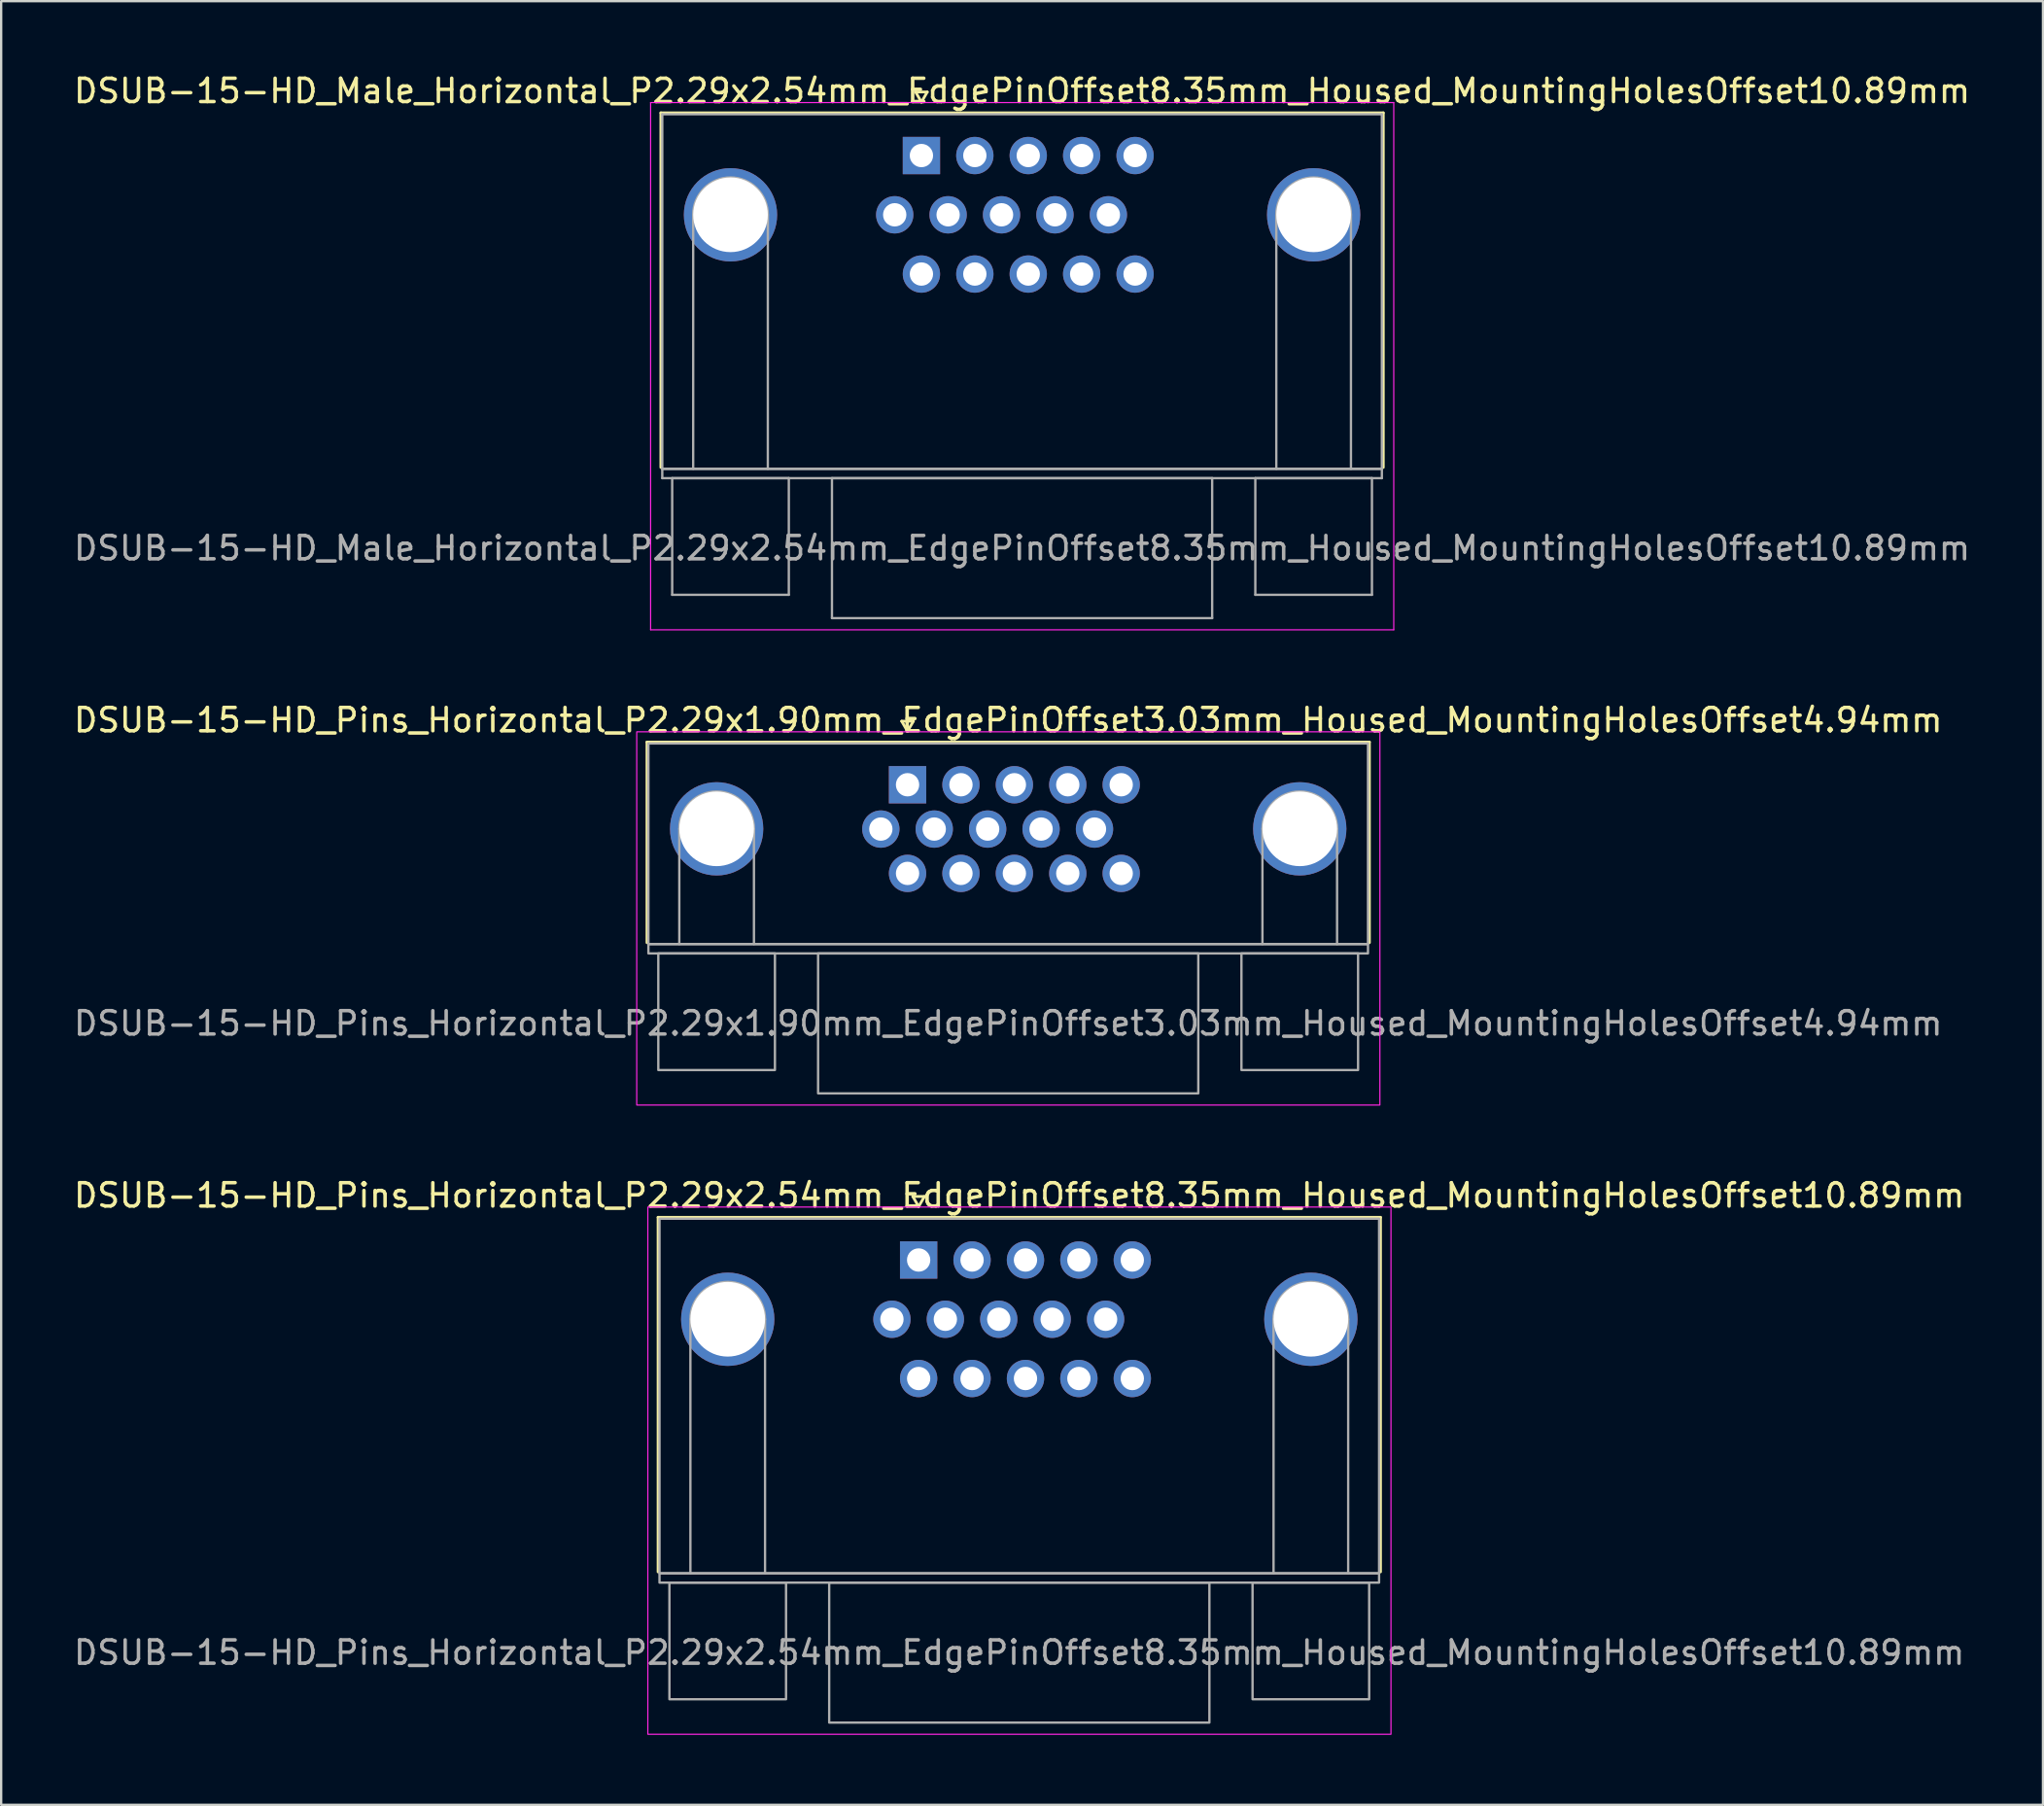
<source format=kicad_pcb>
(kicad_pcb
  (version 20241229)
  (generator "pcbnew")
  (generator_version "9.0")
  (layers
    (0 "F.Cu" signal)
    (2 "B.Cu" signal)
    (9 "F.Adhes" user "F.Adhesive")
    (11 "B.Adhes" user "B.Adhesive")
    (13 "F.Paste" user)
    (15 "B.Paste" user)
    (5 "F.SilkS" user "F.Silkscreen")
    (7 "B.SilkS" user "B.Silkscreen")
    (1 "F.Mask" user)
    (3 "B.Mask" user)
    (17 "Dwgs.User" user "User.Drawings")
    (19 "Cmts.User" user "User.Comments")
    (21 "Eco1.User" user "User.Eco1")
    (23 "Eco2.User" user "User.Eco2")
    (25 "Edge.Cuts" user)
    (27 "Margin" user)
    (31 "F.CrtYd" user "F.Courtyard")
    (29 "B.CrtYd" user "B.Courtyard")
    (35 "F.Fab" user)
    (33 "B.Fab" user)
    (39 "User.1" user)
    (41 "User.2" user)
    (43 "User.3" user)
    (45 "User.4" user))
  (footprint "DSUB-15-HD_Male_Horizontal_P2.29x2.54mm_EdgePinOffset8.35mm_Housed_MountingHolesOffset10.89mm"
    (layer "F.Cu")
    (at 36.453 3.618)
    (property "Reference" "DSUB-15-HD_Male_Horizontal_P2.29x2.54mm_EdgePinOffset8.35mm_Housed_MountingHolesOffset10.89mm" (at 4.315 -2.77 0) (layer "F.SilkS") (effects (font (size 1 1) (thickness 0.15))))
    (attr through_hole)
    (fp_line (start -11.17 -1.83) (end 19.8 -1.83) (stroke (width 0.12) (type solid)) (layer "F.SilkS"))
    (fp_line (start -11.17 13.37) (end -11.17 -1.83) (stroke (width 0.12) (type solid)) (layer "F.SilkS"))
    (fp_line (start -0.25 -2.724) (end 0.25 -2.724) (stroke (width 0.12) (type solid)) (layer "F.SilkS"))
    (fp_line (start 0 -2.291) (end -0.25 -2.724) (stroke (width 0.12) (type solid)) (layer "F.SilkS"))
    (fp_line (start 0.25 -2.724) (end 0 -2.291) (stroke (width 0.12) (type solid)) (layer "F.SilkS"))
    (fp_line (start 19.8 -1.83) (end 19.8 13.37) (stroke (width 0.12) (type solid)) (layer "F.SilkS"))
    (fp_line (start -11.61 -2.27) (end -11.61 20.33) (stroke (width 0.05) (type solid)) (layer "F.CrtYd"))
    (fp_line (start -11.61 20.33) (end 20.25 20.33) (stroke (width 0.05) (type solid)) (layer "F.CrtYd"))
    (fp_line (start 20.25 -2.27) (end -11.61 -2.27) (stroke (width 0.05) (type solid)) (layer "F.CrtYd"))
    (fp_line (start 20.25 20.33) (end 20.25 -2.27) (stroke (width 0.05) (type solid)) (layer "F.CrtYd"))
    (fp_line (start -11.11 -1.77) (end -11.11 13.43) (stroke (width 0.1) (type solid)) (layer "F.Fab"))
    (fp_line (start -11.11 13.43) (end -11.11 13.83) (stroke (width 0.1) (type solid)) (layer "F.Fab"))
    (fp_line (start -11.11 13.43) (end 19.74 13.43) (stroke (width 0.1) (type solid)) (layer "F.Fab"))
    (fp_line (start -11.11 13.83) (end 19.74 13.83) (stroke (width 0.1) (type solid)) (layer "F.Fab"))
    (fp_line (start -10.685 13.83) (end -10.685 18.83) (stroke (width 0.1) (type solid)) (layer "F.Fab"))
    (fp_line (start -10.685 18.83) (end -5.685 18.83) (stroke (width 0.1) (type solid)) (layer "F.Fab"))
    (fp_line (start -9.785 13.43) (end -9.785 2.54) (stroke (width 0.1) (type solid)) (layer "F.Fab"))
    (fp_line (start -6.585 13.43) (end -6.585 2.54) (stroke (width 0.1) (type solid)) (layer "F.Fab"))
    (fp_line (start -5.685 13.83) (end -10.685 13.83) (stroke (width 0.1) (type solid)) (layer "F.Fab"))
    (fp_line (start -5.685 18.83) (end -5.685 13.83) (stroke (width 0.1) (type solid)) (layer "F.Fab"))
    (fp_line (start -3.835 13.83) (end -3.835 19.83) (stroke (width 0.1) (type solid)) (layer "F.Fab"))
    (fp_line (start -3.835 19.83) (end 12.465 19.83) (stroke (width 0.1) (type solid)) (layer "F.Fab"))
    (fp_line (start 12.465 13.83) (end -3.835 13.83) (stroke (width 0.1) (type solid)) (layer "F.Fab"))
    (fp_line (start 12.465 19.83) (end 12.465 13.83) (stroke (width 0.1) (type solid)) (layer "F.Fab"))
    (fp_line (start 14.315 13.83) (end 14.315 18.83) (stroke (width 0.1) (type solid)) (layer "F.Fab"))
    (fp_line (start 14.315 18.83) (end 19.315 18.83) (stroke (width 0.1) (type solid)) (layer "F.Fab"))
    (fp_line (start 15.215 13.43) (end 15.215 2.54) (stroke (width 0.1) (type solid)) (layer "F.Fab"))
    (fp_line (start 18.415 13.43) (end 18.415 2.54) (stroke (width 0.1) (type solid)) (layer "F.Fab"))
    (fp_line (start 19.315 13.83) (end 14.315 13.83) (stroke (width 0.1) (type solid)) (layer "F.Fab"))
    (fp_line (start 19.315 18.83) (end 19.315 13.83) (stroke (width 0.1) (type solid)) (layer "F.Fab"))
    (fp_line (start 19.74 -1.77) (end -11.11 -1.77) (stroke (width 0.1) (type solid)) (layer "F.Fab"))
    (fp_line (start 19.74 13.43) (end -11.11 13.43) (stroke (width 0.1) (type solid)) (layer "F.Fab"))
    (fp_line (start 19.74 13.43) (end 19.74 -1.77) (stroke (width 0.1) (type solid)) (layer "F.Fab"))
    (fp_line (start 19.74 13.83) (end 19.74 13.43) (stroke (width 0.1) (type solid)) (layer "F.Fab"))
    (fp_arc (start -9.785 2.54) (mid -8.185 0.94) (end -6.585 2.54) (stroke (width 0.1) (type solid)) (layer "F.Fab"))
    (fp_arc (start 15.215 2.54) (mid 16.815 0.94) (end 18.415 2.54) (stroke (width 0.1) (type solid)) (layer "F.Fab"))
    (fp_text user "${REFERENCE}" (at 4.315 16.83 0) (layer "F.Fab") (effects (font (size 1 1) (thickness 0.15))))
    (pad "0" thru_hole circle (at -8.185 2.54) (size 4 4) (drill 3.2) (layers "*.Cu" "*.Mask"))
    (pad "0" thru_hole circle (at 16.815 2.54) (size 4 4) (drill 3.2) (layers "*.Cu" "*.Mask"))
    (pad "1" thru_hole rect (at 0 0) (size 1.6 1.6) (drill 1) (layers "*.Cu" "*.Mask"))
    (pad "2" thru_hole circle (at 2.29 0) (size 1.6 1.6) (drill 1) (layers "*.Cu" "*.Mask"))
    (pad "3" thru_hole circle (at 4.58 0) (size 1.6 1.6) (drill 1) (layers "*.Cu" "*.Mask"))
    (pad "4" thru_hole circle (at 6.87 0) (size 1.6 1.6) (drill 1) (layers "*.Cu" "*.Mask"))
    (pad "5" thru_hole circle (at 9.16 0) (size 1.6 1.6) (drill 1) (layers "*.Cu" "*.Mask"))
    (pad "6" thru_hole circle (at -1.145 2.54) (size 1.6 1.6) (drill 1) (layers "*.Cu" "*.Mask"))
    (pad "7" thru_hole circle (at 1.145 2.54) (size 1.6 1.6) (drill 1) (layers "*.Cu" "*.Mask"))
    (pad "8" thru_hole circle (at 3.435 2.54) (size 1.6 1.6) (drill 1) (layers "*.Cu" "*.Mask"))
    (pad "9" thru_hole circle (at 5.725 2.54) (size 1.6 1.6) (drill 1) (layers "*.Cu" "*.Mask"))
    (pad "10" thru_hole circle (at 8.015 2.54) (size 1.6 1.6) (drill 1) (layers "*.Cu" "*.Mask"))
    (pad "11" thru_hole circle (at 0 5.08) (size 1.6 1.6) (drill 1) (layers "*.Cu" "*.Mask"))
    (pad "12" thru_hole circle (at 2.29 5.08) (size 1.6 1.6) (drill 1) (layers "*.Cu" "*.Mask"))
    (pad "13" thru_hole circle (at 4.58 5.08) (size 1.6 1.6) (drill 1) (layers "*.Cu" "*.Mask"))
    (pad "14" thru_hole circle (at 6.87 5.08) (size 1.6 1.6) (drill 1) (layers "*.Cu" "*.Mask"))
    (pad "15" thru_hole circle (at 9.16 5.08) (size 1.6 1.6) (drill 1) (layers "*.Cu" "*.Mask")))
  (footprint "DSUB-15-HD_Pins_Horizontal_P2.29x2.54mm_EdgePinOffset8.35mm_Housed_MountingHolesOffset10.89mm"
    (layer "F.Cu")
    (at 36.334 50.965)
    (property "Reference" "DSUB-15-HD_Pins_Horizontal_P2.29x2.54mm_EdgePinOffset8.35mm_Housed_MountingHolesOffset10.89mm" (at 4.315 -2.77 0) (layer "F.SilkS") (effects (font (size 1 1) (thickness 0.15))))
    (attr through_hole)
    (fp_line (start -11.17 -1.83) (end 19.8 -1.83) (stroke (width 0.12) (type solid)) (layer "F.SilkS"))
    (fp_line (start -11.17 13.37) (end -11.17 -1.83) (stroke (width 0.12) (type solid)) (layer "F.SilkS"))
    (fp_line (start -0.25 -2.724) (end 0.25 -2.724) (stroke (width 0.12) (type solid)) (layer "F.SilkS"))
    (fp_line (start 0 -2.291) (end -0.25 -2.724) (stroke (width 0.12) (type solid)) (layer "F.SilkS"))
    (fp_line (start 0.25 -2.724) (end 0 -2.291) (stroke (width 0.12) (type solid)) (layer "F.SilkS"))
    (fp_line (start 19.8 -1.83) (end 19.8 13.37) (stroke (width 0.12) (type solid)) (layer "F.SilkS"))
    (fp_rect (start -11.61 -2.27) (end 20.25 20.33) (stroke (width 0.05) (type solid)) (fill no) (layer "F.CrtYd"))
    (fp_line (start -9.785 13.43) (end -9.785 2.54) (stroke (width 0.1) (type solid)) (layer "F.Fab"))
    (fp_line (start -6.585 13.43) (end -6.585 2.54) (stroke (width 0.1) (type solid)) (layer "F.Fab"))
    (fp_line (start 15.215 13.43) (end 15.215 2.54) (stroke (width 0.1) (type solid)) (layer "F.Fab"))
    (fp_line (start 18.415 13.43) (end 18.415 2.54) (stroke (width 0.1) (type solid)) (layer "F.Fab"))
    (fp_rect (start -11.11 -1.77) (end 19.74 13.43) (stroke (width 0.1) (type solid)) (fill no) (layer "F.Fab"))
    (fp_rect (start -11.11 13.43) (end 19.74 13.83) (stroke (width 0.1) (type solid)) (fill no) (layer "F.Fab"))
    (fp_rect (start -10.685 13.83) (end -5.685 18.83) (stroke (width 0.1) (type solid)) (fill no) (layer "F.Fab"))
    (fp_rect (start -3.835 13.83) (end 12.465 19.83) (stroke (width 0.1) (type solid)) (fill no) (layer "F.Fab"))
    (fp_rect (start 14.315 13.83) (end 19.315 18.83) (stroke (width 0.1) (type solid)) (fill no) (layer "F.Fab"))
    (fp_arc (start -9.785 2.54) (mid -8.185 0.94) (end -6.585 2.54) (stroke (width 0.1) (type solid)) (layer "F.Fab"))
    (fp_arc (start 15.215 2.54) (mid 16.815 0.94) (end 18.415 2.54) (stroke (width 0.1) (type solid)) (layer "F.Fab"))
    (fp_text user "${REFERENCE}" (at 4.315 16.83 0) (layer "F.Fab") (effects (font (size 1 1) (thickness 0.15))))
    (pad "1" thru_hole rect (at 0 0) (size 1.6 1.6) (drill 1) (layers "*.Cu" "*.Mask"))
    (pad "2" thru_hole circle (at 2.29 0) (size 1.6 1.6) (drill 1) (layers "*.Cu" "*.Mask"))
    (pad "3" thru_hole circle (at 4.58 0) (size 1.6 1.6) (drill 1) (layers "*.Cu" "*.Mask"))
    (pad "4" thru_hole circle (at 6.87 0) (size 1.6 1.6) (drill 1) (layers "*.Cu" "*.Mask"))
    (pad "5" thru_hole circle (at 9.16 0) (size 1.6 1.6) (drill 1) (layers "*.Cu" "*.Mask"))
    (pad "6" thru_hole circle (at -1.145 2.54) (size 1.6 1.6) (drill 1) (layers "*.Cu" "*.Mask"))
    (pad "7" thru_hole circle (at 1.145 2.54) (size 1.6 1.6) (drill 1) (layers "*.Cu" "*.Mask"))
    (pad "8" thru_hole circle (at 3.435 2.54) (size 1.6 1.6) (drill 1) (layers "*.Cu" "*.Mask"))
    (pad "9" thru_hole circle (at 5.725 2.54) (size 1.6 1.6) (drill 1) (layers "*.Cu" "*.Mask"))
    (pad "10" thru_hole circle (at 8.015 2.54) (size 1.6 1.6) (drill 1) (layers "*.Cu" "*.Mask"))
    (pad "11" thru_hole circle (at 0 5.08) (size 1.6 1.6) (drill 1) (layers "*.Cu" "*.Mask"))
    (pad "12" thru_hole circle (at 2.29 5.08) (size 1.6 1.6) (drill 1) (layers "*.Cu" "*.Mask"))
    (pad "13" thru_hole circle (at 4.58 5.08) (size 1.6 1.6) (drill 1) (layers "*.Cu" "*.Mask"))
    (pad "14" thru_hole circle (at 6.87 5.08) (size 1.6 1.6) (drill 1) (layers "*.Cu" "*.Mask"))
    (pad "15" thru_hole circle (at 9.16 5.08) (size 1.6 1.6) (drill 1) (layers "*.Cu" "*.Mask"))
    (pad "SH" thru_hole circle (at -8.185 2.54) (size 4 4) (drill 3.2) (layers "*.Cu" "*.Mask"))
    (pad "SH" thru_hole circle (at 16.815 2.54) (size 4 4) (drill 3.2) (layers "*.Cu" "*.Mask")))
  (footprint "DSUB-15-HD_Pins_Horizontal_P2.29x1.90mm_EdgePinOffset3.03mm_Housed_MountingHolesOffset4.94mm"
    (layer "F.Cu")
    (at 35.858 30.591)
    (property "Reference" "DSUB-15-HD_Pins_Horizontal_P2.29x1.90mm_EdgePinOffset3.03mm_Housed_MountingHolesOffset4.94mm" (at 4.315 -2.77 0) (layer "F.SilkS") (effects (font (size 1 1) (thickness 0.15))))
    (attr through_hole)
    (fp_line (start -11.17 -1.83) (end 19.8 -1.83) (stroke (width 0.12) (type solid)) (layer "F.SilkS"))
    (fp_line (start -11.17 6.77) (end -11.17 -1.83) (stroke (width 0.12) (type solid)) (layer "F.SilkS"))
    (fp_line (start -0.25 -2.724) (end 0.25 -2.724) (stroke (width 0.12) (type solid)) (layer "F.SilkS"))
    (fp_line (start 0 -2.291) (end -0.25 -2.724) (stroke (width 0.12) (type solid)) (layer "F.SilkS"))
    (fp_line (start 0.25 -2.724) (end 0 -2.291) (stroke (width 0.12) (type solid)) (layer "F.SilkS"))
    (fp_line (start 19.8 -1.83) (end 19.8 6.77) (stroke (width 0.12) (type solid)) (layer "F.SilkS"))
    (fp_rect (start -11.61 -2.27) (end 20.25 13.73) (stroke (width 0.05) (type solid)) (fill no) (layer "F.CrtYd"))
    (fp_line (start -9.785 6.83) (end -9.785 1.89) (stroke (width 0.1) (type solid)) (layer "F.Fab"))
    (fp_line (start -6.585 6.83) (end -6.585 1.89) (stroke (width 0.1) (type solid)) (layer "F.Fab"))
    (fp_line (start 15.215 6.83) (end 15.215 1.89) (stroke (width 0.1) (type solid)) (layer "F.Fab"))
    (fp_line (start 18.415 6.83) (end 18.415 1.89) (stroke (width 0.1) (type solid)) (layer "F.Fab"))
    (fp_rect (start -11.11 -1.77) (end 19.74 6.83) (stroke (width 0.1) (type solid)) (fill no) (layer "F.Fab"))
    (fp_rect (start -11.11 6.83) (end 19.74 7.23) (stroke (width 0.1) (type solid)) (fill no) (layer "F.Fab"))
    (fp_rect (start -10.685 7.23) (end -5.685 12.23) (stroke (width 0.1) (type solid)) (fill no) (layer "F.Fab"))
    (fp_rect (start -3.835 7.23) (end 12.465 13.23) (stroke (width 0.1) (type solid)) (fill no) (layer "F.Fab"))
    (fp_rect (start 14.315 7.23) (end 19.315 12.23) (stroke (width 0.1) (type solid)) (fill no) (layer "F.Fab"))
    (fp_arc (start -9.785 1.89) (mid -8.185 0.29) (end -6.585 1.89) (stroke (width 0.1) (type solid)) (layer "F.Fab"))
    (fp_arc (start 15.215 1.89) (mid 16.815 0.29) (end 18.415 1.89) (stroke (width 0.1) (type solid)) (layer "F.Fab"))
    (fp_text user "${REFERENCE}" (at 4.315 10.23 0) (layer "F.Fab") (effects (font (size 1 1) (thickness 0.15))))
    (pad "1" thru_hole rect (at 0 0) (size 1.6 1.6) (drill 1) (layers "*.Cu" "*.Mask"))
    (pad "2" thru_hole circle (at 2.29 0) (size 1.6 1.6) (drill 1) (layers "*.Cu" "*.Mask"))
    (pad "3" thru_hole circle (at 4.58 0) (size 1.6 1.6) (drill 1) (layers "*.Cu" "*.Mask"))
    (pad "4" thru_hole circle (at 6.87 0) (size 1.6 1.6) (drill 1) (layers "*.Cu" "*.Mask"))
    (pad "5" thru_hole circle (at 9.16 0) (size 1.6 1.6) (drill 1) (layers "*.Cu" "*.Mask"))
    (pad "6" thru_hole circle (at -1.145 1.9) (size 1.6 1.6) (drill 1) (layers "*.Cu" "*.Mask"))
    (pad "7" thru_hole circle (at 1.145 1.9) (size 1.6 1.6) (drill 1) (layers "*.Cu" "*.Mask"))
    (pad "8" thru_hole circle (at 3.435 1.9) (size 1.6 1.6) (drill 1) (layers "*.Cu" "*.Mask"))
    (pad "9" thru_hole circle (at 5.725 1.9) (size 1.6 1.6) (drill 1) (layers "*.Cu" "*.Mask"))
    (pad "10" thru_hole circle (at 8.015 1.9) (size 1.6 1.6) (drill 1) (layers "*.Cu" "*.Mask"))
    (pad "11" thru_hole circle (at 0 3.8) (size 1.6 1.6) (drill 1) (layers "*.Cu" "*.Mask"))
    (pad "12" thru_hole circle (at 2.29 3.8) (size 1.6 1.6) (drill 1) (layers "*.Cu" "*.Mask"))
    (pad "13" thru_hole circle (at 4.58 3.8) (size 1.6 1.6) (drill 1) (layers "*.Cu" "*.Mask"))
    (pad "14" thru_hole circle (at 6.87 3.8) (size 1.6 1.6) (drill 1) (layers "*.Cu" "*.Mask"))
    (pad "15" thru_hole circle (at 9.16 3.8) (size 1.6 1.6) (drill 1) (layers "*.Cu" "*.Mask"))
    (pad "SH" thru_hole circle (at -8.185 1.89) (size 4 4) (drill 3.2) (layers "*.Cu" "*.Mask"))
    (pad "SH" thru_hole circle (at 16.815 1.89) (size 4 4) (drill 3.2) (layers "*.Cu" "*.Mask")))
  (gr_rect
    (start -3 -3)
    (end 84.536 74.32)
    (stroke (width 0.1) (type default))
    (fill no)
    (layer "Edge.Cuts")))
</source>
